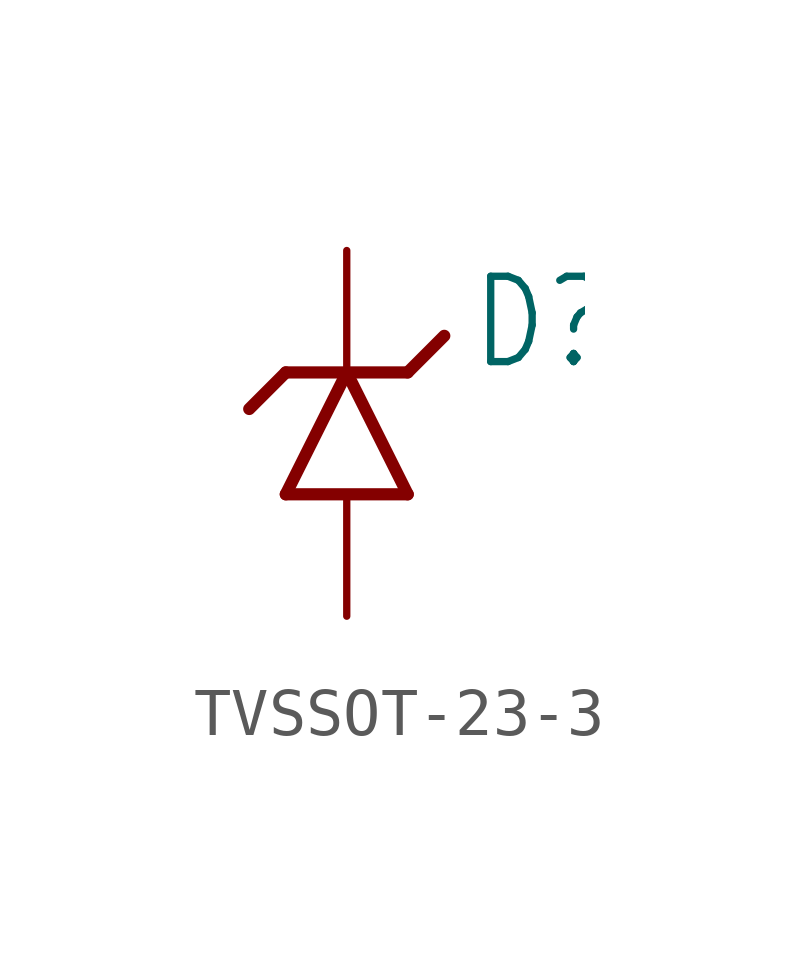
<source format=kicad_sym>
(kicad_symbol_lib
  (version 20220914)
  (generator kicad_symbol_editor)
  (symbol "TVSSOT-23-3"
    (property "Reference" "D"
      (at 2.54 0 0)
      (effects (font (size 1.778 1.511)) (justify left bottom)))
    (property "Value" ""
      (at 2.54 -2.54 0)
      (effects (font (size 1.778 1.511)) (justify left bottom)))
    (property "ki_locked" ""
      (at 0 0 0)
      (effects (font (size 1.27 1.27))))
    (symbol "TVSSOT-23-3_1_0"
      (polyline (pts (xy -1.27 -2.54) (xy 1.27 -2.54)) (stroke (width 0.254) (type solid)) (fill (type none)))
      (polyline (pts (xy -1.27 0) (xy -2.032 -0.762)) (stroke (width 0.254) (type solid)) (fill (type none)))
      (polyline (pts (xy 0 0) (xy -1.27 -2.54)) (stroke (width 0.254) (type solid)) (fill (type none)))
      (polyline (pts (xy 0 0) (xy -1.27 0)) (stroke (width 0.254) (type solid)) (fill (type none)))
      (polyline (pts (xy 1.27 -2.54) (xy 0 0)) (stroke (width 0.254) (type solid)) (fill (type none)))
      (polyline (pts (xy 1.27 0) (xy 0 0)) (stroke (width 0.254) (type solid)) (fill (type none)))
      (polyline (pts (xy 2.032 0.762) (xy 1.27 0)) (stroke (width 0.254) (type solid)) (fill (type none)))
      (pin passive line (at 0 -5.08 90) (length 2.54) (name "A" (effects (font (size 0 0)))) (number "1" (effects (font (size 0 0)))))
      (pin passive line (at 0 2.54 270) (length 2.54) (name "C" (effects (font (size 0 0)))) (number "3" (effects (font (size 0 0))))))))
</source>
